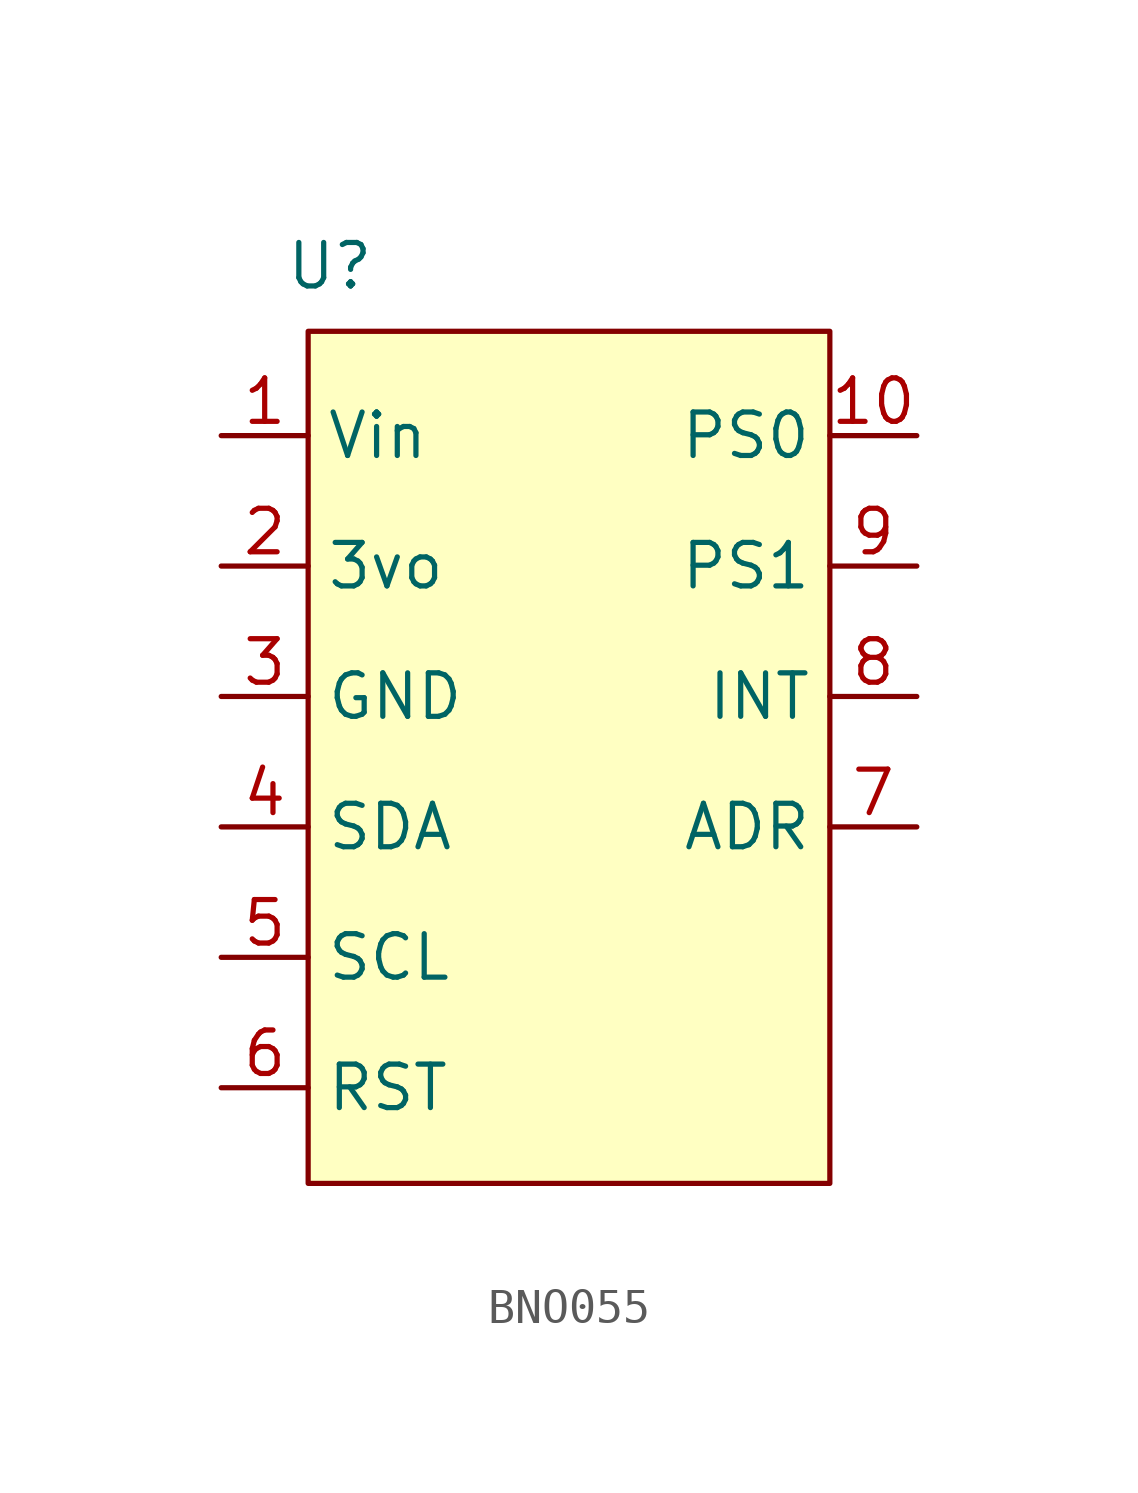
<source format=kicad_sym>
(kicad_symbol_lib
  (version 20220914)
  (generator kicad_symbol_editor)
  (symbol "BNO055"
    (property "Reference" "U"
      (at -6.985 12.573 0)
      (effects (font (size 1.27 1.27))))
    (property "Value" ""
      (at 0 0.508 0)
      (effects (font (size 1.27 1.27))))
    (symbol "BNO055_1_1"
      (rectangle (start -7.62 10.668) (end 7.62 -14.224) (stroke (width 0) (type default)) (fill (type background)))
      (pin power_in line (at -10.16 7.62 0) (length 2.54) (name "Vin" (effects (font (size 1.27 1.27)))) (number "1" (effects (font (size 1.27 1.27)))))
      (pin input line (at 10.16 7.62 180) (length 2.54) (name "PS0" (effects (font (size 1.27 1.27)))) (number "10" (effects (font (size 1.27 1.27)))))
      (pin power_in line (at -10.16 3.81 0) (length 2.54) (name "3vo" (effects (font (size 1.27 1.27)))) (number "2" (effects (font (size 1.27 1.27)))))
      (pin power_in line (at -10.16 0 0) (length 2.54) (name "GND" (effects (font (size 1.27 1.27)))) (number "3" (effects (font (size 1.27 1.27)))))
      (pin bidirectional line (at -10.16 -3.81 0) (length 2.54) (name "SDA" (effects (font (size 1.27 1.27)))) (number "4" (effects (font (size 1.27 1.27)))))
      (pin input line (at -10.16 -7.62 0) (length 2.54) (name "SCL" (effects (font (size 1.27 1.27)))) (number "5" (effects (font (size 1.27 1.27)))))
      (pin input line (at -10.16 -11.43 0) (length 2.54) (name "RST" (effects (font (size 1.27 1.27)))) (number "6" (effects (font (size 1.27 1.27)))))
      (pin input line (at 10.16 -3.81 180) (length 2.54) (name "ADR" (effects (font (size 1.27 1.27)))) (number "7" (effects (font (size 1.27 1.27)))))
      (pin input line (at 10.16 0 180) (length 2.54) (name "INT" (effects (font (size 1.27 1.27)))) (number "8" (effects (font (size 1.27 1.27)))))
      (pin input line (at 10.16 3.81 180) (length 2.54) (name "PS1" (effects (font (size 1.27 1.27)))) (number "9" (effects (font (size 1.27 1.27))))))))
</source>
